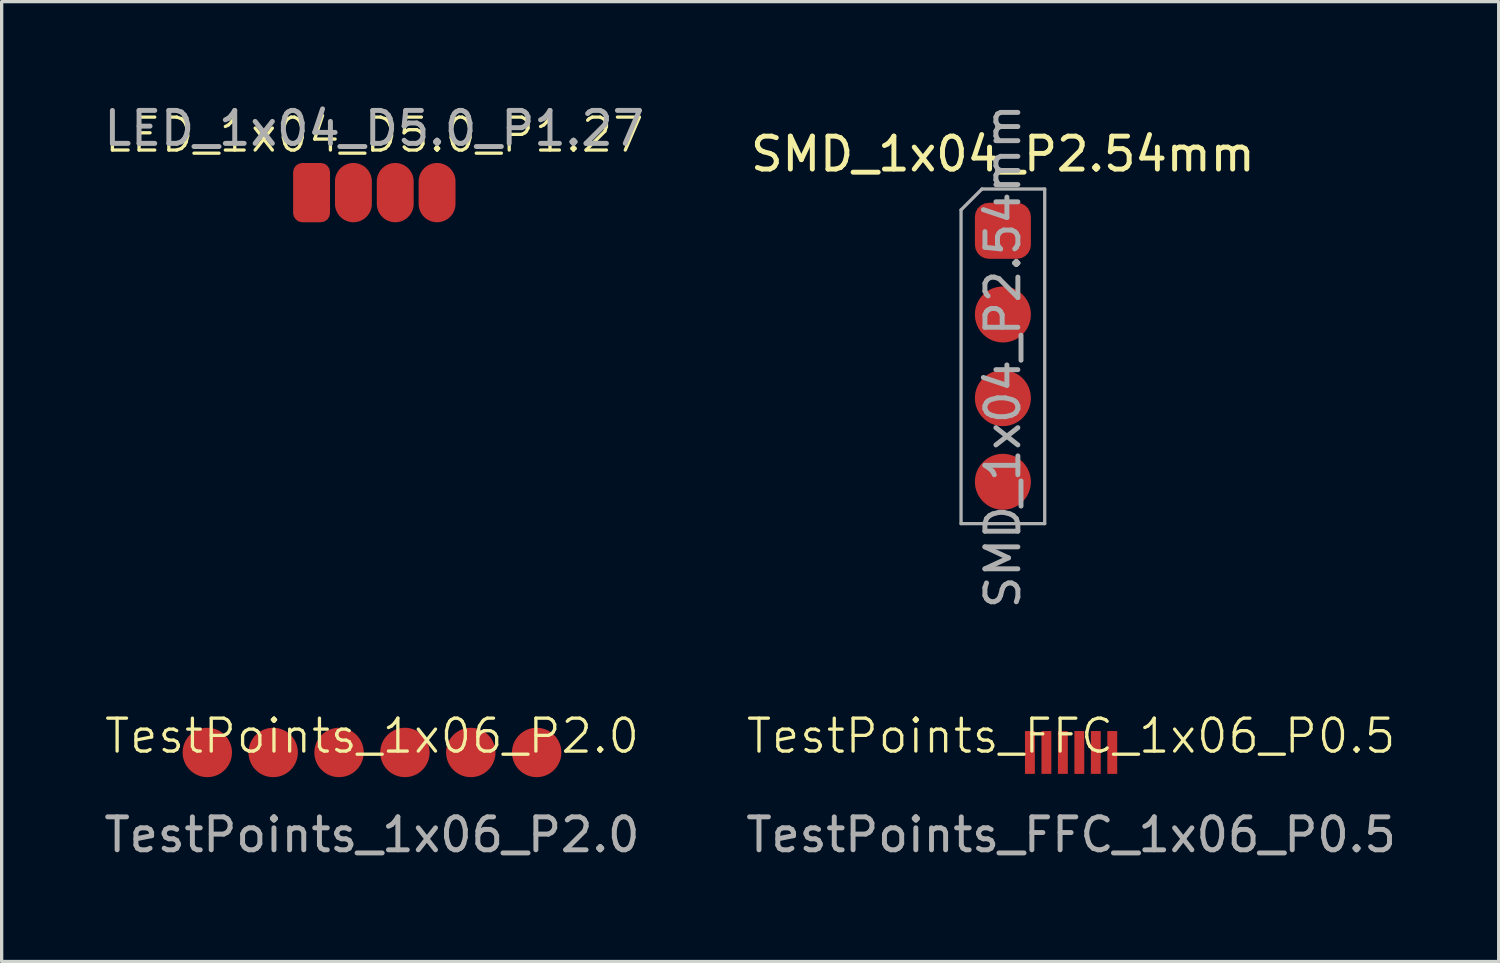
<source format=kicad_pcb>
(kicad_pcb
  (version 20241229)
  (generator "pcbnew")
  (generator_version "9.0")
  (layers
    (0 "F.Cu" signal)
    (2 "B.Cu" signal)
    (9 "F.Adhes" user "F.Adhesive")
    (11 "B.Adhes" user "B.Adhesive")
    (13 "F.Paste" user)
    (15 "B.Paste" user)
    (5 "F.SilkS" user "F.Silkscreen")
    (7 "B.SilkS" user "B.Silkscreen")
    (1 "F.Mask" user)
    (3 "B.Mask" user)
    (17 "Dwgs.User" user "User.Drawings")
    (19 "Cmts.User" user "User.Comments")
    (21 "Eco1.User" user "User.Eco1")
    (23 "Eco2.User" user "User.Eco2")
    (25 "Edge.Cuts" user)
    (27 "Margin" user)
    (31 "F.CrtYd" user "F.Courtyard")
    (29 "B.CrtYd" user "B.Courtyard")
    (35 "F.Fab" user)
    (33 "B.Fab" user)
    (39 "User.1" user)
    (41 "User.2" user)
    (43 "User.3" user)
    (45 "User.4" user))
  (footprint "TestPoints_1x06_P2.0"
    (layer "F.Cu")
    (at 8.244 19.796)
    (property "Reference" "TestPoints_1x06_P2.0" (at 0 -0.5 0) (unlocked yes) (layer "F.SilkS") (effects (font (size 1 1) (thickness 0.1))))
    (attr smd)
    (fp_text user "${REFERENCE}" (at 0 2.5 0) (unlocked yes) (layer "F.Fab") (effects (font (size 1 1) (thickness 0.15))))
    (pad "1" smd circle (at -5 0) (size 1.5 1.5) (layers "F.Cu" "F.Mask" "F.Paste"))
    (pad "2" smd circle (at -3 0) (size 1.5 1.5) (layers "F.Cu" "F.Mask" "F.Paste"))
    (pad "3" smd circle (at -1 0) (size 1.5 1.5) (layers "F.Cu" "F.Mask" "F.Paste"))
    (pad "4" smd circle (at 1 0) (size 1.5 1.5) (layers "F.Cu" "F.Mask" "F.Paste"))
    (pad "5" smd circle (at 3 0) (size 1.5 1.5) (layers "F.Cu" "F.Mask" "F.Paste"))
    (pad "6" smd circle (at 5 0) (size 1.5 1.5) (layers "F.Cu" "F.Mask" "F.Paste")))
  (footprint "SMD_1x04_P2.54mm"
    (layer "F.Cu")
    (at 27.399 3.958)
    (property "Reference" "SMD_1x04_P2.54mm" (at 0 -2.33 0) (layer "F.SilkS") (effects (font (size 1 1) (thickness 0.15))))
    (attr through_hole)
    (fp_line (start -1.27 -0.635) (end -0.635 -1.27) (stroke (width 0.1) (type solid)) (layer "F.Fab"))
    (fp_line (start -1.27 8.89) (end -1.27 -0.635) (stroke (width 0.1) (type solid)) (layer "F.Fab"))
    (fp_line (start -0.635 -1.27) (end 1.27 -1.27) (stroke (width 0.1) (type solid)) (layer "F.Fab"))
    (fp_line (start 1.27 -1.27) (end 1.27 8.89) (stroke (width 0.1) (type solid)) (layer "F.Fab"))
    (fp_line (start 1.27 8.89) (end -1.27 8.89) (stroke (width 0.1) (type solid)) (layer "F.Fab"))
    (fp_text user "${REFERENCE}" (at 0 3.81 90) (layer "F.Fab") (effects (font (size 1 1) (thickness 0.15))))
    (pad "1" smd roundrect (at 0 0) (size 1.7 1.7) (layers "F.Cu" "F.Mask" "F.Paste") (roundrect_rratio 0.25))
    (pad "2" smd oval (at 0 2.54) (size 1.7 1.7) (layers "F.Cu" "F.Mask" "F.Paste"))
    (pad "3" smd oval (at 0 5.08) (size 1.7 1.7) (layers "F.Cu" "F.Mask" "F.Paste"))
    (pad "4" smd oval (at 0 7.62) (size 1.7 1.7) (layers "F.Cu" "F.Mask" "F.Paste")))
  (footprint "TestPoints_FFC_1x06_P0.5"
    (layer "F.Cu")
    (at 29.47 19.796)
    (property "Reference" "TestPoints_FFC_1x06_P0.5" (at 0 -0.5 0) (unlocked yes) (layer "F.SilkS") (effects (font (size 1 1) (thickness 0.1))))
    (attr smd)
    (fp_text user "${REFERENCE}" (at 0 2.5 0) (unlocked yes) (layer "F.Fab") (effects (font (size 1 1) (thickness 0.15))))
    (pad "1" smd rect (at -1.25 0) (size 0.3 1.3) (layers "F.Cu" "F.Mask" "F.Paste"))
    (pad "2" smd rect (at -0.75 0) (size 0.3 1.3) (layers "F.Cu" "F.Mask" "F.Paste"))
    (pad "3" smd rect (at -0.25 0) (size 0.3 1.3) (layers "F.Cu" "F.Mask" "F.Paste"))
    (pad "4" smd rect (at 0.25 0) (size 0.3 1.3) (layers "F.Cu" "F.Mask" "F.Paste"))
    (pad "5" smd rect (at 0.75 0) (size 0.3 1.3) (layers "F.Cu" "F.Mask" "F.Paste"))
    (pad "6" smd rect (at 1.25 0) (size 0.3 1.3) (layers "F.Cu" "F.Mask" "F.Paste")))
  (footprint "LED_1x04_D5.0_P1.27"
    (layer "F.Cu")
    (at 8.315 2.798)
    (property "Reference" "LED_1x04_D5.0_P1.27" (at 0 -1.75 0) (unlocked yes) (layer "F.SilkS") (effects (font (size 1 1) (thickness 0.1))))
    (attr smd)
    (fp_text user "${REFERENCE}" (at 0 -1.95 0) (layer "F.Fab") (effects (font (size 1 1) (thickness 0.15))))
    (pad "1" smd roundrect (at -1.905 0) (size 1.12 1.8) (layers "F.Cu" "F.Mask" "F.Paste") (roundrect_rratio 0.25))
    (pad "2" smd oval (at -0.635 0) (size 1.12 1.8) (layers "F.Cu" "F.Mask" "F.Paste"))
    (pad "3" smd oval (at 0.635 0) (size 1.12 1.8) (layers "F.Cu" "F.Mask" "F.Paste"))
    (pad "4" smd oval (at 1.905 0) (size 1.12 1.8) (layers "F.Cu" "F.Mask" "F.Paste")))
  (gr_rect
    (start -3 -3)
    (end 42.452 26.144)
    (stroke (width 0.1) (type default))
    (fill no)
    (layer "Edge.Cuts")))
</source>
